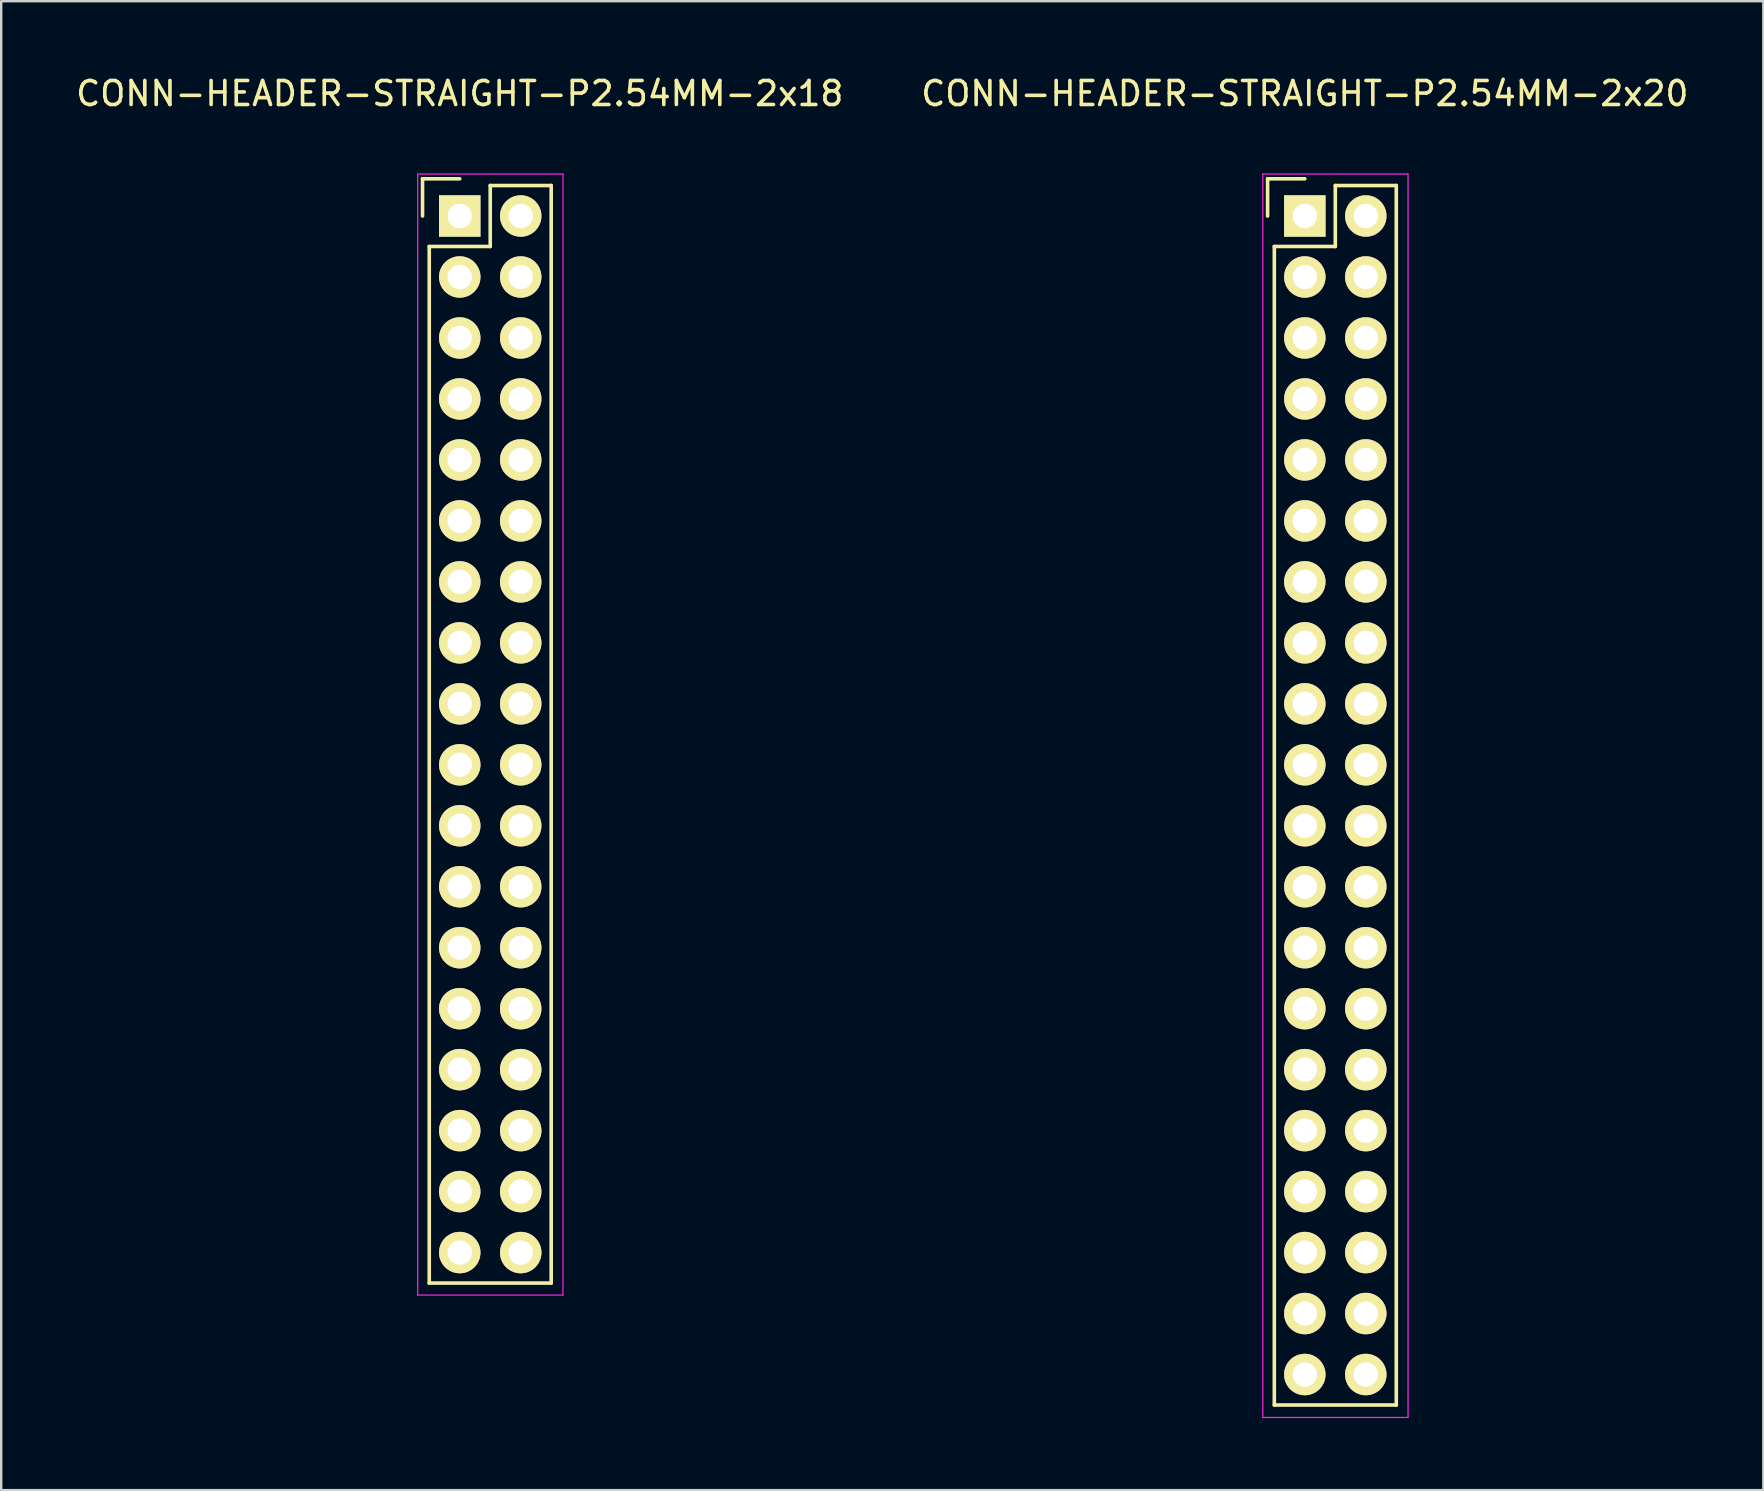
<source format=kicad_pcb>
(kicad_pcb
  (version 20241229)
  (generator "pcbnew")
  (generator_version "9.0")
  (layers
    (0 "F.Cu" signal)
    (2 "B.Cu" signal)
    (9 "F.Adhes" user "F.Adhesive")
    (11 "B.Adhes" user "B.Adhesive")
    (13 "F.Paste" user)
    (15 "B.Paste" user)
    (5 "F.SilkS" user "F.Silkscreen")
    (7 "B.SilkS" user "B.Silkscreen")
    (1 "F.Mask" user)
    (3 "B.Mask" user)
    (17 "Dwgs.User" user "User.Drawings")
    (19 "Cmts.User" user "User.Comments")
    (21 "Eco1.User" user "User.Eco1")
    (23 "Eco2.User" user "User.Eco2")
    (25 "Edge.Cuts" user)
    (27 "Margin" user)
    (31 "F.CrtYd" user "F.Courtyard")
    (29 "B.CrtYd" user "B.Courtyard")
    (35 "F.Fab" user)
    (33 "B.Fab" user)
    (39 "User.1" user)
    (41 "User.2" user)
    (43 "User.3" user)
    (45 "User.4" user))
  (footprint "CONN-HEADER-STRAIGHT-P2.54MM-2x20"
    (layer "F.Cu")
    (at 51.304 5.948)
    (property "Reference" "CONN-HEADER-STRAIGHT-P2.54MM-2x20" (at 0 -5.1 0) (layer "F.SilkS") (effects (font (size 1 1) (thickness 0.15))))
    (attr through_hole)
    (fp_line (start -1.55 -1.55) (end -1.55 0) (stroke (width 0.15) (type solid)) (layer "F.SilkS"))
    (fp_line (start -1.27 1.27) (end -1.27 49.53) (stroke (width 0.15) (type solid)) (layer "F.SilkS"))
    (fp_line (start 0 -1.55) (end -1.55 -1.55) (stroke (width 0.15) (type solid)) (layer "F.SilkS"))
    (fp_line (start 1.27 -1.27) (end 1.27 1.27) (stroke (width 0.15) (type solid)) (layer "F.SilkS"))
    (fp_line (start 1.27 1.27) (end -1.27 1.27) (stroke (width 0.15) (type solid)) (layer "F.SilkS"))
    (fp_line (start 3.81 -1.27) (end 1.27 -1.27) (stroke (width 0.15) (type solid)) (layer "F.SilkS"))
    (fp_line (start 3.81 49.53) (end -1.27 49.53) (stroke (width 0.15) (type solid)) (layer "F.SilkS"))
    (fp_line (start 3.81 49.53) (end 3.81 -1.27) (stroke (width 0.15) (type solid)) (layer "F.SilkS"))
    (fp_line (start -1.75 -1.75) (end -1.75 50.05) (stroke (width 0.05) (type solid)) (layer "F.CrtYd"))
    (fp_line (start -1.75 -1.75) (end 4.3 -1.75) (stroke (width 0.05) (type solid)) (layer "F.CrtYd"))
    (fp_line (start -1.75 50.05) (end 4.3 50.05) (stroke (width 0.05) (type solid)) (layer "F.CrtYd"))
    (fp_line (start 4.3 -1.75) (end 4.3 50.05) (stroke (width 0.05) (type solid)) (layer "F.CrtYd"))
    (pad "1" thru_hole rect (at 0 0) (size 1.727 1.727) (drill 1.016) (layers "*.Cu" "*.Mask" "F.SilkS"))
    (pad "2" thru_hole oval (at 2.54 0) (size 1.727 1.727) (drill 1.016) (layers "*.Cu" "*.Mask" "F.SilkS"))
    (pad "3" thru_hole oval (at 0 2.54) (size 1.727 1.727) (drill 1.016) (layers "*.Cu" "*.Mask" "F.SilkS"))
    (pad "4" thru_hole oval (at 2.54 2.54) (size 1.727 1.727) (drill 1.016) (layers "*.Cu" "*.Mask" "F.SilkS"))
    (pad "5" thru_hole oval (at 0 5.08) (size 1.727 1.727) (drill 1.016) (layers "*.Cu" "*.Mask" "F.SilkS"))
    (pad "6" thru_hole oval (at 2.54 5.08) (size 1.727 1.727) (drill 1.016) (layers "*.Cu" "*.Mask" "F.SilkS"))
    (pad "7" thru_hole oval (at 0 7.62) (size 1.727 1.727) (drill 1.016) (layers "*.Cu" "*.Mask" "F.SilkS"))
    (pad "8" thru_hole oval (at 2.54 7.62) (size 1.727 1.727) (drill 1.016) (layers "*.Cu" "*.Mask" "F.SilkS"))
    (pad "9" thru_hole oval (at 0 10.16) (size 1.727 1.727) (drill 1.016) (layers "*.Cu" "*.Mask" "F.SilkS"))
    (pad "10" thru_hole oval (at 2.54 10.16) (size 1.727 1.727) (drill 1.016) (layers "*.Cu" "*.Mask" "F.SilkS"))
    (pad "11" thru_hole oval (at 0 12.7) (size 1.727 1.727) (drill 1.016) (layers "*.Cu" "*.Mask" "F.SilkS"))
    (pad "12" thru_hole oval (at 2.54 12.7) (size 1.727 1.727) (drill 1.016) (layers "*.Cu" "*.Mask" "F.SilkS"))
    (pad "13" thru_hole oval (at 0 15.24) (size 1.727 1.727) (drill 1.016) (layers "*.Cu" "*.Mask" "F.SilkS"))
    (pad "14" thru_hole oval (at 2.54 15.24) (size 1.727 1.727) (drill 1.016) (layers "*.Cu" "*.Mask" "F.SilkS"))
    (pad "15" thru_hole oval (at 0 17.78) (size 1.727 1.727) (drill 1.016) (layers "*.Cu" "*.Mask" "F.SilkS"))
    (pad "16" thru_hole oval (at 2.54 17.78) (size 1.727 1.727) (drill 1.016) (layers "*.Cu" "*.Mask" "F.SilkS"))
    (pad "17" thru_hole oval (at 0 20.32) (size 1.727 1.727) (drill 1.016) (layers "*.Cu" "*.Mask" "F.SilkS"))
    (pad "18" thru_hole oval (at 2.54 20.32) (size 1.727 1.727) (drill 1.016) (layers "*.Cu" "*.Mask" "F.SilkS"))
    (pad "19" thru_hole oval (at 0 22.86) (size 1.727 1.727) (drill 1.016) (layers "*.Cu" "*.Mask" "F.SilkS"))
    (pad "20" thru_hole oval (at 2.54 22.86) (size 1.727 1.727) (drill 1.016) (layers "*.Cu" "*.Mask" "F.SilkS"))
    (pad "21" thru_hole oval (at 0 25.4) (size 1.727 1.727) (drill 1.016) (layers "*.Cu" "*.Mask" "F.SilkS"))
    (pad "22" thru_hole oval (at 2.54 25.4) (size 1.727 1.727) (drill 1.016) (layers "*.Cu" "*.Mask" "F.SilkS"))
    (pad "23" thru_hole oval (at 0 27.94) (size 1.727 1.727) (drill 1.016) (layers "*.Cu" "*.Mask" "F.SilkS"))
    (pad "24" thru_hole oval (at 2.54 27.94) (size 1.727 1.727) (drill 1.016) (layers "*.Cu" "*.Mask" "F.SilkS"))
    (pad "25" thru_hole oval (at 0 30.48) (size 1.727 1.727) (drill 1.016) (layers "*.Cu" "*.Mask" "F.SilkS"))
    (pad "26" thru_hole oval (at 2.54 30.48) (size 1.727 1.727) (drill 1.016) (layers "*.Cu" "*.Mask" "F.SilkS"))
    (pad "27" thru_hole oval (at 0 33.02) (size 1.727 1.727) (drill 1.016) (layers "*.Cu" "*.Mask" "F.SilkS"))
    (pad "28" thru_hole oval (at 2.54 33.02) (size 1.727 1.727) (drill 1.016) (layers "*.Cu" "*.Mask" "F.SilkS"))
    (pad "29" thru_hole oval (at 0 35.56) (size 1.727 1.727) (drill 1.016) (layers "*.Cu" "*.Mask" "F.SilkS"))
    (pad "30" thru_hole oval (at 2.54 35.56) (size 1.727 1.727) (drill 1.016) (layers "*.Cu" "*.Mask" "F.SilkS"))
    (pad "31" thru_hole oval (at 0 38.1) (size 1.727 1.727) (drill 1.016) (layers "*.Cu" "*.Mask" "F.SilkS"))
    (pad "32" thru_hole oval (at 2.54 38.1) (size 1.727 1.727) (drill 1.016) (layers "*.Cu" "*.Mask" "F.SilkS"))
    (pad "33" thru_hole oval (at 0 40.64) (size 1.727 1.727) (drill 1.016) (layers "*.Cu" "*.Mask" "F.SilkS"))
    (pad "34" thru_hole oval (at 2.54 40.64) (size 1.727 1.727) (drill 1.016) (layers "*.Cu" "*.Mask" "F.SilkS"))
    (pad "35" thru_hole oval (at 0 43.18) (size 1.727 1.727) (drill 1.016) (layers "*.Cu" "*.Mask" "F.SilkS"))
    (pad "36" thru_hole oval (at 2.54 43.18) (size 1.727 1.727) (drill 1.016) (layers "*.Cu" "*.Mask" "F.SilkS"))
    (pad "37" thru_hole oval (at 0 45.72) (size 1.727 1.727) (drill 1.016) (layers "*.Cu" "*.Mask" "F.SilkS"))
    (pad "38" thru_hole oval (at 2.54 45.72) (size 1.727 1.727) (drill 1.016) (layers "*.Cu" "*.Mask" "F.SilkS"))
    (pad "39" thru_hole oval (at 0 48.26) (size 1.727 1.727) (drill 1.016) (layers "*.Cu" "*.Mask" "F.SilkS"))
    (pad "40" thru_hole oval (at 2.54 48.26) (size 1.727 1.727) (drill 1.016) (layers "*.Cu" "*.Mask" "F.SilkS")))
  (footprint "CONN-HEADER-STRAIGHT-P2.54MM-2x18"
    (layer "F.Cu")
    (at 16.101 5.948)
    (property "Reference" "CONN-HEADER-STRAIGHT-P2.54MM-2x18" (at 0 -5.1 0) (layer "F.SilkS") (effects (font (size 1 1) (thickness 0.15))))
    (attr through_hole)
    (fp_line (start -1.55 -1.55) (end -1.55 0) (stroke (width 0.15) (type solid)) (layer "F.SilkS"))
    (fp_line (start -1.27 44.45) (end -1.27 1.27) (stroke (width 0.15) (type solid)) (layer "F.SilkS"))
    (fp_line (start 0 -1.55) (end -1.55 -1.55) (stroke (width 0.15) (type solid)) (layer "F.SilkS"))
    (fp_line (start 1.27 -1.27) (end 1.27 1.27) (stroke (width 0.15) (type solid)) (layer "F.SilkS"))
    (fp_line (start 1.27 1.27) (end -1.27 1.27) (stroke (width 0.15) (type solid)) (layer "F.SilkS"))
    (fp_line (start 3.81 -1.27) (end 1.27 -1.27) (stroke (width 0.15) (type solid)) (layer "F.SilkS"))
    (fp_line (start 3.81 -1.27) (end 3.81 44.45) (stroke (width 0.15) (type solid)) (layer "F.SilkS"))
    (fp_line (start 3.81 44.45) (end -1.27 44.45) (stroke (width 0.15) (type solid)) (layer "F.SilkS"))
    (fp_line (start -1.75 -1.75) (end -1.75 44.95) (stroke (width 0.05) (type solid)) (layer "F.CrtYd"))
    (fp_line (start -1.75 -1.75) (end 4.3 -1.75) (stroke (width 0.05) (type solid)) (layer "F.CrtYd"))
    (fp_line (start -1.75 44.95) (end 4.3 44.95) (stroke (width 0.05) (type solid)) (layer "F.CrtYd"))
    (fp_line (start 4.3 -1.75) (end 4.3 44.95) (stroke (width 0.05) (type solid)) (layer "F.CrtYd"))
    (pad "1" thru_hole rect (at 0 0) (size 1.727 1.727) (drill 1.016) (layers "*.Cu" "*.Mask" "F.SilkS"))
    (pad "2" thru_hole oval (at 2.54 0) (size 1.727 1.727) (drill 1.016) (layers "*.Cu" "*.Mask" "F.SilkS"))
    (pad "3" thru_hole oval (at 0 2.54) (size 1.727 1.727) (drill 1.016) (layers "*.Cu" "*.Mask" "F.SilkS"))
    (pad "4" thru_hole oval (at 2.54 2.54) (size 1.727 1.727) (drill 1.016) (layers "*.Cu" "*.Mask" "F.SilkS"))
    (pad "5" thru_hole oval (at 0 5.08) (size 1.727 1.727) (drill 1.016) (layers "*.Cu" "*.Mask" "F.SilkS"))
    (pad "6" thru_hole oval (at 2.54 5.08) (size 1.727 1.727) (drill 1.016) (layers "*.Cu" "*.Mask" "F.SilkS"))
    (pad "7" thru_hole oval (at 0 7.62) (size 1.727 1.727) (drill 1.016) (layers "*.Cu" "*.Mask" "F.SilkS"))
    (pad "8" thru_hole oval (at 2.54 7.62) (size 1.727 1.727) (drill 1.016) (layers "*.Cu" "*.Mask" "F.SilkS"))
    (pad "9" thru_hole oval (at 0 10.16) (size 1.727 1.727) (drill 1.016) (layers "*.Cu" "*.Mask" "F.SilkS"))
    (pad "10" thru_hole oval (at 2.54 10.16) (size 1.727 1.727) (drill 1.016) (layers "*.Cu" "*.Mask" "F.SilkS"))
    (pad "11" thru_hole oval (at 0 12.7) (size 1.727 1.727) (drill 1.016) (layers "*.Cu" "*.Mask" "F.SilkS"))
    (pad "12" thru_hole oval (at 2.54 12.7) (size 1.727 1.727) (drill 1.016) (layers "*.Cu" "*.Mask" "F.SilkS"))
    (pad "13" thru_hole oval (at 0 15.24) (size 1.727 1.727) (drill 1.016) (layers "*.Cu" "*.Mask" "F.SilkS"))
    (pad "14" thru_hole oval (at 2.54 15.24) (size 1.727 1.727) (drill 1.016) (layers "*.Cu" "*.Mask" "F.SilkS"))
    (pad "15" thru_hole oval (at 0 17.78) (size 1.727 1.727) (drill 1.016) (layers "*.Cu" "*.Mask" "F.SilkS"))
    (pad "16" thru_hole oval (at 2.54 17.78) (size 1.727 1.727) (drill 1.016) (layers "*.Cu" "*.Mask" "F.SilkS"))
    (pad "17" thru_hole oval (at 0 20.32) (size 1.727 1.727) (drill 1.016) (layers "*.Cu" "*.Mask" "F.SilkS"))
    (pad "18" thru_hole oval (at 2.54 20.32) (size 1.727 1.727) (drill 1.016) (layers "*.Cu" "*.Mask" "F.SilkS"))
    (pad "19" thru_hole oval (at 0 22.86) (size 1.727 1.727) (drill 1.016) (layers "*.Cu" "*.Mask" "F.SilkS"))
    (pad "20" thru_hole oval (at 2.54 22.86) (size 1.727 1.727) (drill 1.016) (layers "*.Cu" "*.Mask" "F.SilkS"))
    (pad "21" thru_hole oval (at 0 25.4) (size 1.727 1.727) (drill 1.016) (layers "*.Cu" "*.Mask" "F.SilkS"))
    (pad "22" thru_hole oval (at 2.54 25.4) (size 1.727 1.727) (drill 1.016) (layers "*.Cu" "*.Mask" "F.SilkS"))
    (pad "23" thru_hole oval (at 0 27.94) (size 1.727 1.727) (drill 1.016) (layers "*.Cu" "*.Mask" "F.SilkS"))
    (pad "24" thru_hole oval (at 2.54 27.94) (size 1.727 1.727) (drill 1.016) (layers "*.Cu" "*.Mask" "F.SilkS"))
    (pad "25" thru_hole oval (at 0 30.48) (size 1.727 1.727) (drill 1.016) (layers "*.Cu" "*.Mask" "F.SilkS"))
    (pad "26" thru_hole oval (at 2.54 30.48) (size 1.727 1.727) (drill 1.016) (layers "*.Cu" "*.Mask" "F.SilkS"))
    (pad "27" thru_hole oval (at 0 33.02) (size 1.727 1.727) (drill 1.016) (layers "*.Cu" "*.Mask" "F.SilkS"))
    (pad "28" thru_hole oval (at 2.54 33.02) (size 1.727 1.727) (drill 1.016) (layers "*.Cu" "*.Mask" "F.SilkS"))
    (pad "29" thru_hole oval (at 0 35.56) (size 1.727 1.727) (drill 1.016) (layers "*.Cu" "*.Mask" "F.SilkS"))
    (pad "30" thru_hole oval (at 2.54 35.56) (size 1.727 1.727) (drill 1.016) (layers "*.Cu" "*.Mask" "F.SilkS"))
    (pad "31" thru_hole oval (at 0 38.1) (size 1.727 1.727) (drill 1.016) (layers "*.Cu" "*.Mask" "F.SilkS"))
    (pad "32" thru_hole oval (at 2.54 38.1) (size 1.727 1.727) (drill 1.016) (layers "*.Cu" "*.Mask" "F.SilkS"))
    (pad "33" thru_hole oval (at 0 40.64) (size 1.727 1.727) (drill 1.016) (layers "*.Cu" "*.Mask" "F.SilkS"))
    (pad "34" thru_hole oval (at 2.54 40.64) (size 1.727 1.727) (drill 1.016) (layers "*.Cu" "*.Mask" "F.SilkS"))
    (pad "35" thru_hole oval (at 0 43.18) (size 1.727 1.727) (drill 1.016) (layers "*.Cu" "*.Mask" "F.SilkS"))
    (pad "36" thru_hole oval (at 2.54 43.18) (size 1.727 1.727) (drill 1.016) (layers "*.Cu" "*.Mask" "F.SilkS")))
  (gr_rect
    (start -3 -3)
    (end 70.405 59.023)
    (stroke (width 0.1) (type default))
    (fill no)
    (layer "Edge.Cuts")))
</source>
